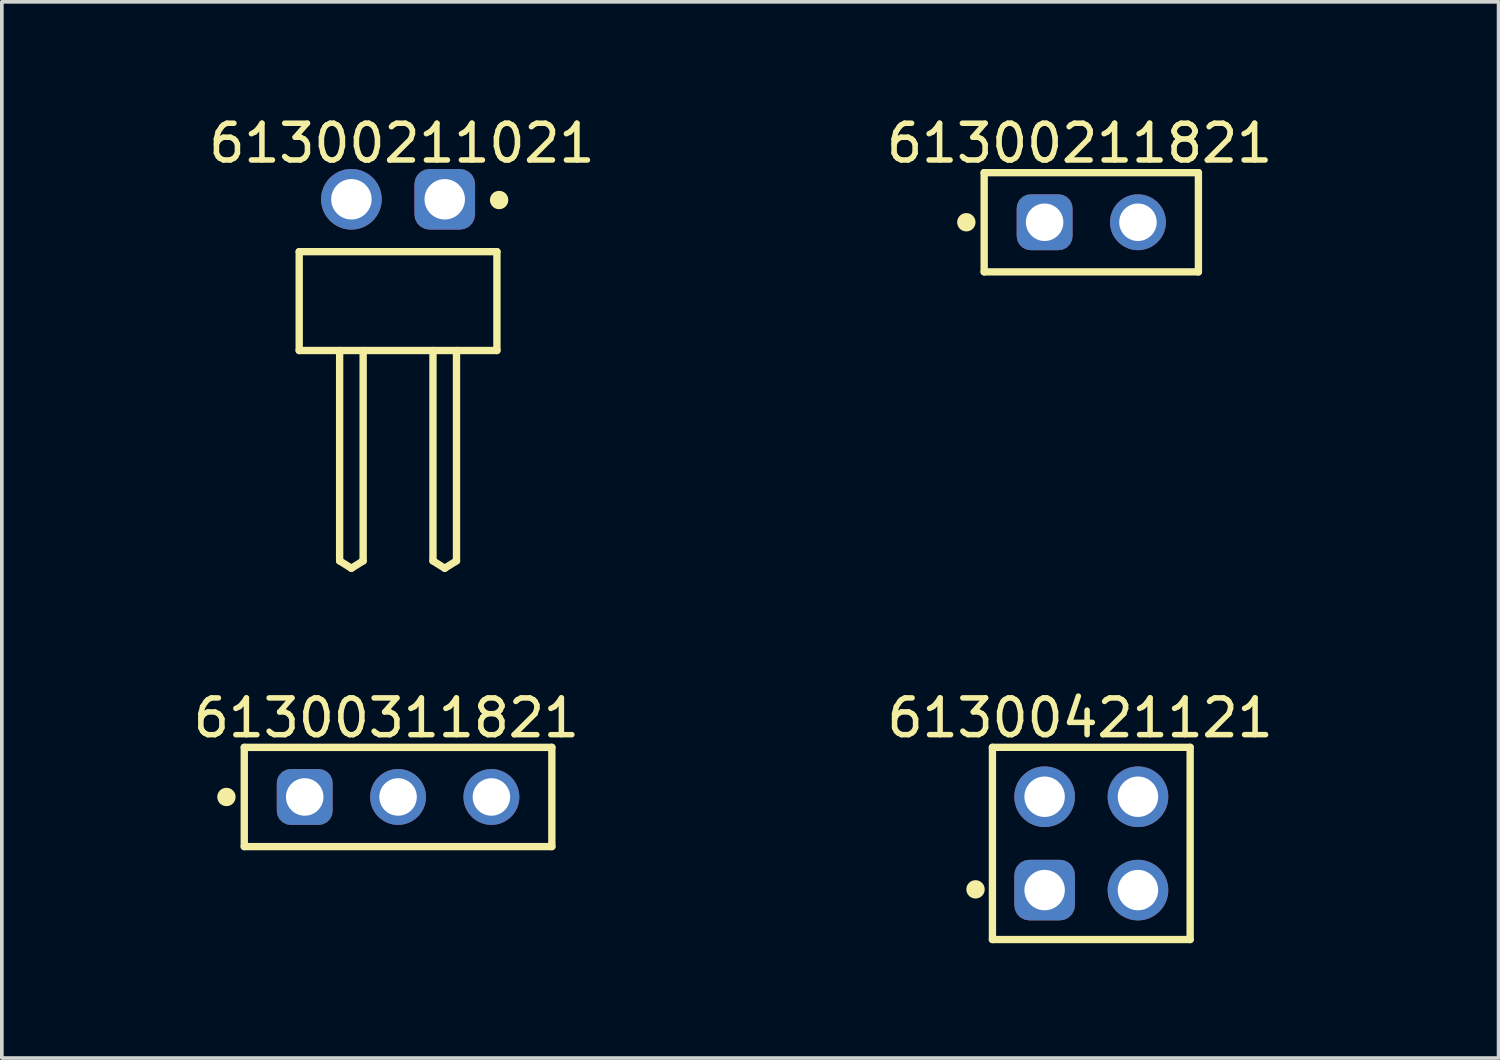
<source format=kicad_pcb>
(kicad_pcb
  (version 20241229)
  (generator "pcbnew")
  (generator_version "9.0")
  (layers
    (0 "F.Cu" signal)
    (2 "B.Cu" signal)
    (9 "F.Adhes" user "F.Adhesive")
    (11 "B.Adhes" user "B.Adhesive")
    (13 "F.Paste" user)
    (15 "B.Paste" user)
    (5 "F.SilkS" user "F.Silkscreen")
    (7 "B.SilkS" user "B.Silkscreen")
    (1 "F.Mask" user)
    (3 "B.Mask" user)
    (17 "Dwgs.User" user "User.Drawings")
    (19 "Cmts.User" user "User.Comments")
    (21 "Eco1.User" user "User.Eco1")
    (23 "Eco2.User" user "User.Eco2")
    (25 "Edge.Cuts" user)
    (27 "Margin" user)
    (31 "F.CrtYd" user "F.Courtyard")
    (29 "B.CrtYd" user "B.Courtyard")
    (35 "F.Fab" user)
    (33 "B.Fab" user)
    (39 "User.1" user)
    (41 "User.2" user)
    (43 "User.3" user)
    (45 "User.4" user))
  (footprint "61300211021"
    (layer "F.Cu")
    (at 7.782 5.143)
    (property "Reference" "61300211021" (at 0.105 -4.295 0) (layer "F.SilkS") (effects (font (size 1 1) (thickness 0.15))))
    (fp_line (start -2.69 -1.345) (end 2.69 -1.345) (stroke (width 0.2) (type solid)) (layer "F.SilkS"))
    (fp_line (start -2.69 1.345) (end -2.69 -1.345) (stroke (width 0.2) (type solid)) (layer "F.SilkS"))
    (fp_line (start -2.69 1.345) (end 2.69 1.345) (stroke (width 0.2) (type solid)) (layer "F.SilkS"))
    (fp_line (start -1.59 7.07) (end -1.59 1.345) (stroke (width 0.2) (type solid)) (layer "F.SilkS"))
    (fp_line (start -1.59 7.07) (end -1.27 7.27) (stroke (width 0.2) (type solid)) (layer "F.SilkS"))
    (fp_line (start -1.27 7.27) (end -0.95 7.07) (stroke (width 0.2) (type solid)) (layer "F.SilkS"))
    (fp_line (start -0.95 7.07) (end -0.95 1.345) (stroke (width 0.2) (type solid)) (layer "F.SilkS"))
    (fp_line (start 0.95 7.07) (end 0.95 1.345) (stroke (width 0.2) (type solid)) (layer "F.SilkS"))
    (fp_line (start 0.95 7.07) (end 1.27 7.27) (stroke (width 0.2) (type solid)) (layer "F.SilkS"))
    (fp_line (start 1.27 7.27) (end 1.59 7.07) (stroke (width 0.2) (type solid)) (layer "F.SilkS"))
    (fp_line (start 1.59 7.07) (end 1.59 1.345) (stroke (width 0.2) (type solid)) (layer "F.SilkS"))
    (fp_line (start 2.69 1.345) (end 2.69 -1.345) (stroke (width 0.2) (type solid)) (layer "F.SilkS"))
    (fp_circle (center 2.75 -2.75) (end 2.75 -2.875) (stroke (width 0.25) (type solid)) (fill no) (layer "F.SilkS"))
    (fp_line (start -2.89 -3.795) (end 2.89 -3.795) (stroke (width 0.05) (type solid)) (layer "Eco2.User"))
    (fp_line (start -2.89 7.47) (end -2.89 -3.795) (stroke (width 0.05) (type solid)) (layer "Eco2.User"))
    (fp_line (start -2.89 7.47) (end 2.89 7.47) (stroke (width 0.05) (type solid)) (layer "Eco2.User"))
    (fp_line (start -2.54 -1.27) (end 2.54 -1.27) (stroke (width 0.1) (type solid)) (layer "Eco2.User"))
    (fp_line (start -2.54 1.27) (end -2.54 -1.27) (stroke (width 0.1) (type solid)) (layer "Eco2.User"))
    (fp_line (start -2.54 1.27) (end 2.54 1.27) (stroke (width 0.1) (type solid)) (layer "Eco2.User"))
    (fp_line (start -1.59 -3.09) (end -0.95 -3.09) (stroke (width 0.1) (type solid)) (layer "Eco2.User"))
    (fp_line (start -1.59 -1.27) (end -1.59 -3.09) (stroke (width 0.1) (type solid)) (layer "Eco2.User"))
    (fp_line (start -1.59 7.07) (end -1.59 1.27) (stroke (width 0.1) (type solid)) (layer "Eco2.User"))
    (fp_line (start -1.59 7.07) (end -1.27 7.27) (stroke (width 0.1) (type solid)) (layer "Eco2.User"))
    (fp_line (start -1.27 7.27) (end -0.95 7.07) (stroke (width 0.1) (type solid)) (layer "Eco2.User"))
    (fp_line (start -0.95 -1.27) (end -0.95 -3.09) (stroke (width 0.1) (type solid)) (layer "Eco2.User"))
    (fp_line (start -0.95 7.07) (end -0.95 1.27) (stroke (width 0.1) (type solid)) (layer "Eco2.User"))
    (fp_line (start -0.5 0) (end 0.5 0) (stroke (width 0.05) (type solid)) (layer "Eco2.User"))
    (fp_line (start 0 0.5) (end 0 -0.5) (stroke (width 0.05) (type solid)) (layer "Eco2.User"))
    (fp_line (start 0.95 -3.09) (end 1.59 -3.09) (stroke (width 0.1) (type solid)) (layer "Eco2.User"))
    (fp_line (start 0.95 -1.27) (end 0.95 -3.09) (stroke (width 0.1) (type solid)) (layer "Eco2.User"))
    (fp_line (start 0.95 7.07) (end 0.95 1.27) (stroke (width 0.1) (type solid)) (layer "Eco2.User"))
    (fp_line (start 0.95 7.07) (end 1.27 7.27) (stroke (width 0.1) (type solid)) (layer "Eco2.User"))
    (fp_line (start 1.27 7.27) (end 1.59 7.07) (stroke (width 0.1) (type solid)) (layer "Eco2.User"))
    (fp_line (start 1.59 -1.27) (end 1.59 -3.09) (stroke (width 0.1) (type solid)) (layer "Eco2.User"))
    (fp_line (start 1.59 7.07) (end 1.59 1.27) (stroke (width 0.1) (type solid)) (layer "Eco2.User"))
    (fp_line (start 2.54 1.27) (end 2.54 -1.27) (stroke (width 0.1) (type solid)) (layer "Eco2.User"))
    (fp_line (start 2.89 7.47) (end 2.89 -3.795) (stroke (width 0.05) (type solid)) (layer "Eco2.User"))
    (fp_text user "${REFERENCE}" (at 0.15 -0.197 0) (unlocked yes) (layer "User.3") (effects (font (size 1.5 1.5) (thickness 0.15))))
    (pad "1" thru_hole roundrect (at 1.27 -2.77) (size 1.65 1.65) (drill 1.1) (layers "*.Cu" "*.Mask") (roundrect_rratio 0.25))
    (pad "2" thru_hole circle (at -1.27 -2.77) (size 1.65 1.65) (drill 1.1) (layers "*.Cu" "*.Mask")))
  (footprint "61300421121"
    (layer "F.Cu")
    (at 26.646 19.901)
    (property "Reference" "61300421121" (at -0.305 -3.415 0) (layer "F.SilkS") (effects (font (size 1 1) (thickness 0.15))))
    (fp_line (start -2.69 -2.615) (end 2.69 -2.615) (stroke (width 0.2) (type solid)) (layer "F.SilkS"))
    (fp_line (start -2.69 2.615) (end -2.69 -2.615) (stroke (width 0.2) (type solid)) (layer "F.SilkS"))
    (fp_line (start -2.69 2.615) (end 2.69 2.615) (stroke (width 0.2) (type solid)) (layer "F.SilkS"))
    (fp_line (start 2.69 2.615) (end 2.69 -2.615) (stroke (width 0.2) (type solid)) (layer "F.SilkS"))
    (fp_circle (center -3.15 1.25) (end -3.15 1.125) (stroke (width 0.25) (type solid)) (fill no) (layer "F.SilkS"))
    (fp_line (start -2.89 -2.815) (end 2.89 -2.815) (stroke (width 0.05) (type solid)) (layer "Eco2.User"))
    (fp_line (start -2.89 2.815) (end -2.89 -2.815) (stroke (width 0.05) (type solid)) (layer "Eco2.User"))
    (fp_line (start -2.89 2.815) (end 2.89 2.815) (stroke (width 0.05) (type solid)) (layer "Eco2.User"))
    (fp_line (start -2.54 -2.54) (end 2.54 -2.54) (stroke (width 0.1) (type solid)) (layer "Eco2.User"))
    (fp_line (start -2.54 2.54) (end -2.54 -2.54) (stroke (width 0.1) (type solid)) (layer "Eco2.User"))
    (fp_line (start -2.54 2.54) (end 2.54 2.54) (stroke (width 0.1) (type solid)) (layer "Eco2.User"))
    (fp_line (start -0.5 0) (end 0.5 0) (stroke (width 0.05) (type solid)) (layer "Eco2.User"))
    (fp_line (start 0 0.5) (end 0 -0.5) (stroke (width 0.05) (type solid)) (layer "Eco2.User"))
    (fp_line (start 2.54 2.54) (end 2.54 -2.54) (stroke (width 0.1) (type solid)) (layer "Eco2.User"))
    (fp_line (start 2.89 2.815) (end 2.89 -2.815) (stroke (width 0.05) (type solid)) (layer "Eco2.User"))
    (fp_text user "${REFERENCE}" (at 0.15 -0.197 0) (unlocked yes) (layer "User.3") (effects (font (size 1.5 1.5) (thickness 0.15))))
    (pad "1" thru_hole roundrect (at -1.27 1.27) (size 1.65 1.65) (drill 1.1) (layers "*.Cu" "*.Mask") (roundrect_rratio 0.25))
    (pad "2" thru_hole circle (at -1.27 -1.27) (size 1.65 1.65) (drill 1.1) (layers "*.Cu" "*.Mask"))
    (pad "3" thru_hole circle (at 1.27 1.27) (size 1.65 1.65) (drill 1.1) (layers "*.Cu" "*.Mask"))
    (pad "4" thru_hole circle (at 1.27 -1.27) (size 1.65 1.65) (drill 1.1) (layers "*.Cu" "*.Mask")))
  (footprint "61300211821"
    (layer "F.Cu")
    (at 26.646 2.998)
    (property "Reference" "61300211821" (at -0.318 -2.15 0) (layer "F.SilkS") (effects (font (size 1 1) (thickness 0.15))))
    (fp_line (start -2.915 -1.35) (end 2.915 -1.35) (stroke (width 0.2) (type solid)) (layer "F.SilkS"))
    (fp_line (start -2.915 1.35) (end -2.915 -1.35) (stroke (width 0.2) (type solid)) (layer "F.SilkS"))
    (fp_line (start -2.915 1.35) (end 2.915 1.35) (stroke (width 0.2) (type solid)) (layer "F.SilkS"))
    (fp_line (start 2.915 1.35) (end 2.915 -1.35) (stroke (width 0.2) (type solid)) (layer "F.SilkS"))
    (fp_circle (center -3.4 0) (end -3.4 -0.125) (stroke (width 0.25) (type solid)) (fill no) (layer "F.SilkS"))
    (fp_line (start -3.115 -1.55) (end 3.115 -1.55) (stroke (width 0.05) (type solid)) (layer "Eco2.User"))
    (fp_line (start -3.115 1.55) (end -3.115 -1.55) (stroke (width 0.05) (type solid)) (layer "Eco2.User"))
    (fp_line (start -3.115 1.55) (end 3.115 1.55) (stroke (width 0.05) (type solid)) (layer "Eco2.User"))
    (fp_line (start -2.79 -1.25) (end 2.79 -1.25) (stroke (width 0.1) (type solid)) (layer "Eco2.User"))
    (fp_line (start -2.79 1.25) (end -2.79 -1.25) (stroke (width 0.1) (type solid)) (layer "Eco2.User"))
    (fp_line (start -2.79 1.25) (end 2.79 1.25) (stroke (width 0.1) (type solid)) (layer "Eco2.User"))
    (fp_line (start -0.5 0) (end 0.5 0) (stroke (width 0.05) (type solid)) (layer "Eco2.User"))
    (fp_line (start 0 0.5) (end 0 -0.5) (stroke (width 0.05) (type solid)) (layer "Eco2.User"))
    (fp_line (start 2.79 1.25) (end 2.79 -1.25) (stroke (width 0.1) (type solid)) (layer "Eco2.User"))
    (fp_line (start 3.115 1.55) (end 3.115 -1.55) (stroke (width 0.05) (type solid)) (layer "Eco2.User"))
    (fp_text user "${REFERENCE}" (at 0.15 -0.197 0) (unlocked yes) (layer "User.3") (effects (font (size 1.5 1.5) (thickness 0.15))))
    (pad "1" thru_hole roundrect (at -1.27 0) (size 1.52 1.52) (drill 1.02) (layers "*.Cu" "*.Mask") (roundrect_rratio 0.25))
    (pad "2" thru_hole circle (at 1.27 0) (size 1.52 1.52) (drill 1.02) (layers "*.Cu" "*.Mask")))
  (footprint "61300311821"
    (layer "F.Cu")
    (at 7.782 18.637)
    (property "Reference" "61300311821" (at -0.318 -2.15 0) (layer "F.SilkS") (effects (font (size 1 1) (thickness 0.15))))
    (fp_line (start -4.185 -1.35) (end 4.185 -1.35) (stroke (width 0.2) (type solid)) (layer "F.SilkS"))
    (fp_line (start -4.185 1.35) (end -4.185 -1.35) (stroke (width 0.2) (type solid)) (layer "F.SilkS"))
    (fp_line (start -4.185 1.35) (end 4.185 1.35) (stroke (width 0.2) (type solid)) (layer "F.SilkS"))
    (fp_line (start 4.185 1.35) (end 4.185 -1.35) (stroke (width 0.2) (type solid)) (layer "F.SilkS"))
    (fp_circle (center -4.67 0) (end -4.67 -0.125) (stroke (width 0.25) (type solid)) (fill no) (layer "F.SilkS"))
    (fp_line (start -4.385 -1.55) (end 4.385 -1.55) (stroke (width 0.05) (type solid)) (layer "Eco2.User"))
    (fp_line (start -4.385 1.55) (end -4.385 -1.55) (stroke (width 0.05) (type solid)) (layer "Eco2.User"))
    (fp_line (start -4.385 1.55) (end 4.385 1.55) (stroke (width 0.05) (type solid)) (layer "Eco2.User"))
    (fp_line (start -4.06 -1.25) (end 4.06 -1.25) (stroke (width 0.1) (type solid)) (layer "Eco2.User"))
    (fp_line (start -4.06 1.25) (end -4.06 -1.25) (stroke (width 0.1) (type solid)) (layer "Eco2.User"))
    (fp_line (start -4.06 1.25) (end 4.06 1.25) (stroke (width 0.1) (type solid)) (layer "Eco2.User"))
    (fp_line (start -0.5 0) (end 0.5 0) (stroke (width 0.05) (type solid)) (layer "Eco2.User"))
    (fp_line (start 0 0.5) (end 0 -0.5) (stroke (width 0.05) (type solid)) (layer "Eco2.User"))
    (fp_line (start 4.06 1.25) (end 4.06 -1.25) (stroke (width 0.1) (type solid)) (layer "Eco2.User"))
    (fp_line (start 4.385 1.55) (end 4.385 -1.55) (stroke (width 0.05) (type solid)) (layer "Eco2.User"))
    (fp_text user "${REFERENCE}" (at 0.15 -0.197 0) (unlocked yes) (layer "User.3") (effects (font (size 1.5 1.5) (thickness 0.15))))
    (pad "1" thru_hole roundrect (at -2.54 0) (size 1.52 1.52) (drill 1.02) (layers "*.Cu" "*.Mask") (roundrect_rratio 0.25))
    (pad "2" thru_hole circle (at 0 0) (size 1.52 1.52) (drill 1.02) (layers "*.Cu" "*.Mask"))
    (pad "3" thru_hole circle (at 2.54 0) (size 1.52 1.52) (drill 1.02) (layers "*.Cu" "*.Mask")))
  (gr_rect
    (start -3 -3)
    (end 37.729 25.741)
    (stroke (width 0.1) (type default))
    (fill no)
    (layer "Edge.Cuts")))
</source>
